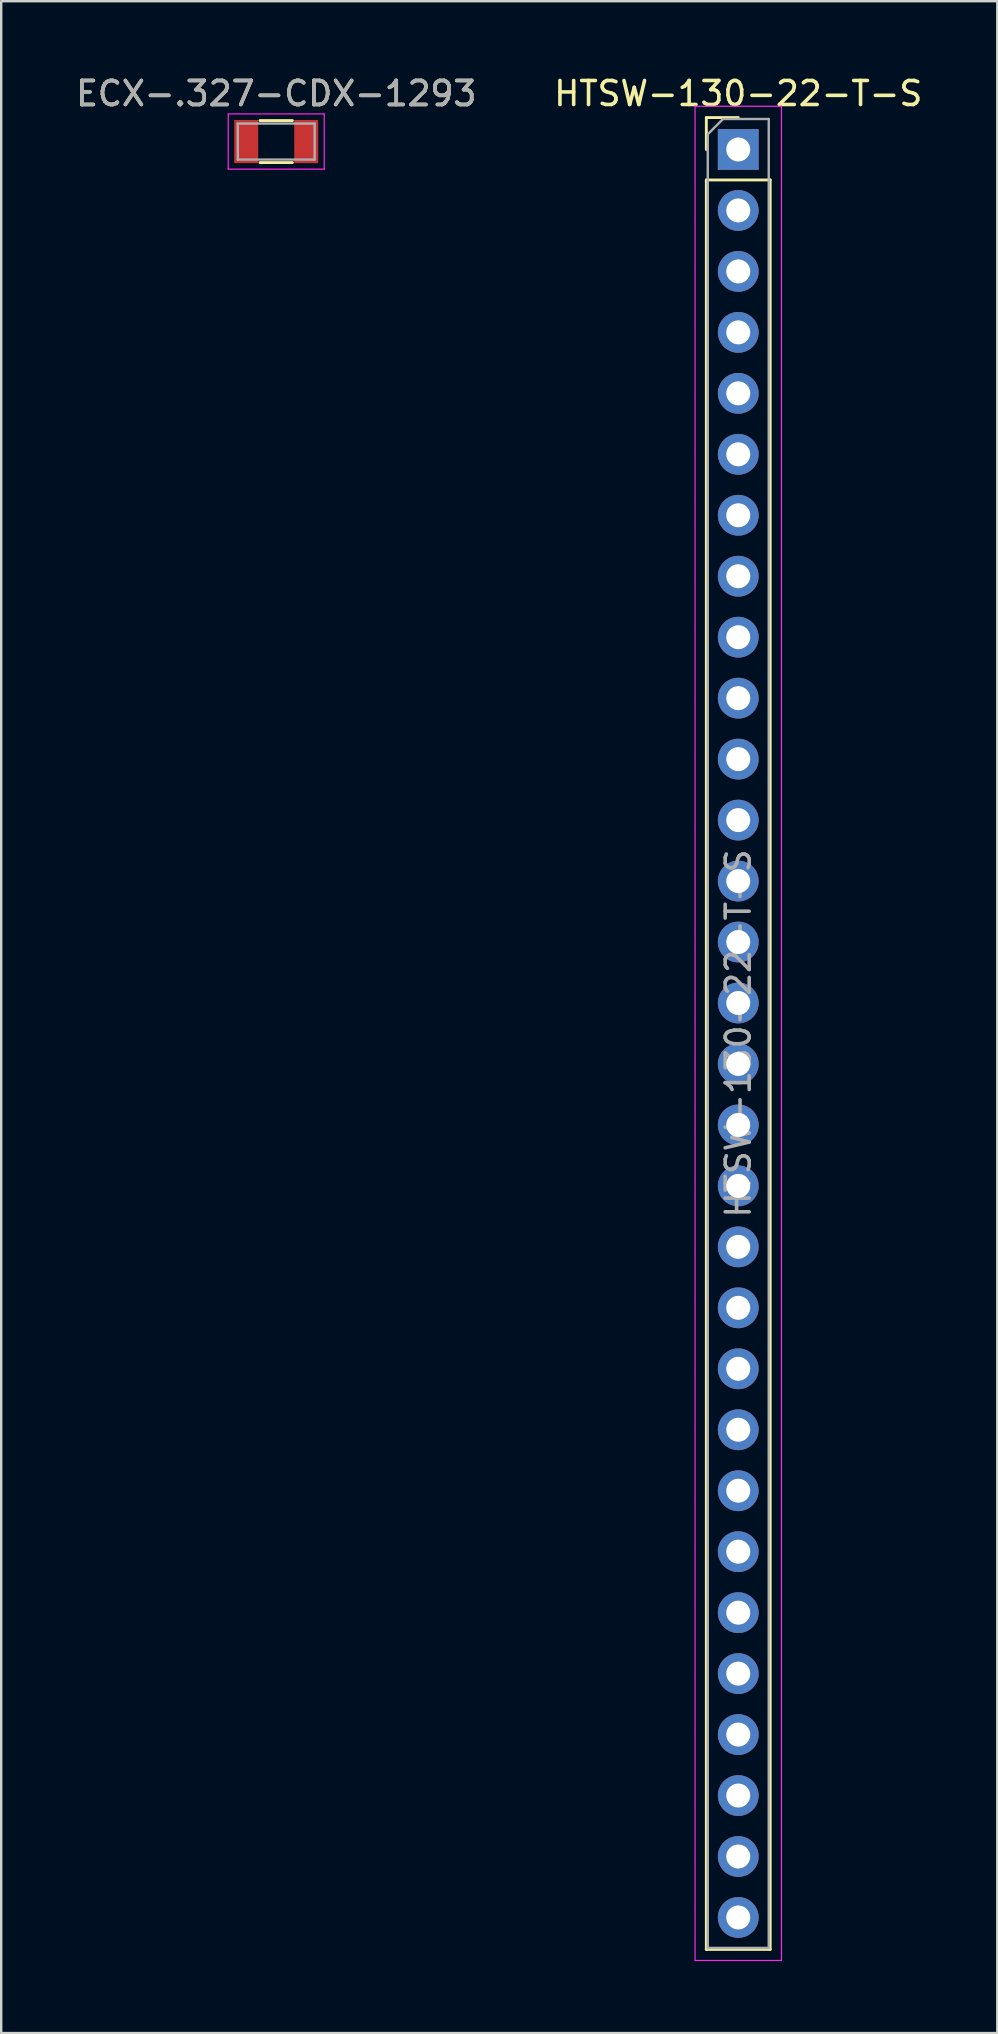
<source format=kicad_pcb>
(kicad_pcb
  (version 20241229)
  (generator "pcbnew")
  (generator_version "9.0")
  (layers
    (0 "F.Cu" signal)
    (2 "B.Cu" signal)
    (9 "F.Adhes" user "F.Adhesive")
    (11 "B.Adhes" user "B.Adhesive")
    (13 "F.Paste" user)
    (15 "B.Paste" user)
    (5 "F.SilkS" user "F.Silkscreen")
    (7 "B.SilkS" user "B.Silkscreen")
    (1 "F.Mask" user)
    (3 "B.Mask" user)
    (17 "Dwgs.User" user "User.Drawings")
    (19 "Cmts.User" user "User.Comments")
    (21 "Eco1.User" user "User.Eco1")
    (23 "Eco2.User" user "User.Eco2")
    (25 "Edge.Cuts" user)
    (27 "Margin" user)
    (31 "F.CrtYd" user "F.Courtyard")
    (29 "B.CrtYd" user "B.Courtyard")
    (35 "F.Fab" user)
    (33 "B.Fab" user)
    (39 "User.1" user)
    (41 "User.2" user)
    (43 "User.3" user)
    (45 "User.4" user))
  (footprint "HTSW-130-22-T-S"
    (layer "F.Cu")
    (at 27.708 3.178)
    (property "Reference" "HTSW-130-22-T-S" (at 0 -2.33 0) (layer "F.SilkS") (effects (font (size 1 1) (thickness 0.15))))
    (attr through_hole)
    (fp_line (start -1.33 -1.33) (end 0 -1.33) (stroke (width 0.12) (type solid)) (layer "F.SilkS"))
    (fp_line (start -1.33 0) (end -1.33 -1.33) (stroke (width 0.12) (type solid)) (layer "F.SilkS"))
    (fp_line (start -1.33 1.27) (end -1.33 74.99) (stroke (width 0.12) (type solid)) (layer "F.SilkS"))
    (fp_line (start -1.33 1.27) (end 1.33 1.27) (stroke (width 0.12) (type solid)) (layer "F.SilkS"))
    (fp_line (start -1.33 74.99) (end 1.33 74.99) (stroke (width 0.12) (type solid)) (layer "F.SilkS"))
    (fp_line (start 1.33 1.27) (end 1.33 74.99) (stroke (width 0.12) (type solid)) (layer "F.SilkS"))
    (fp_line (start -1.8 -1.8) (end -1.8 75.45) (stroke (width 0.05) (type solid)) (layer "F.CrtYd"))
    (fp_line (start -1.8 75.45) (end 1.8 75.45) (stroke (width 0.05) (type solid)) (layer "F.CrtYd"))
    (fp_line (start 1.8 -1.8) (end -1.8 -1.8) (stroke (width 0.05) (type solid)) (layer "F.CrtYd"))
    (fp_line (start 1.8 75.45) (end 1.8 -1.8) (stroke (width 0.05) (type solid)) (layer "F.CrtYd"))
    (fp_line (start -1.27 -0.635) (end -0.635 -1.27) (stroke (width 0.1) (type solid)) (layer "F.Fab"))
    (fp_line (start -1.27 74.93) (end -1.27 -0.635) (stroke (width 0.1) (type solid)) (layer "F.Fab"))
    (fp_line (start -0.635 -1.27) (end 1.27 -1.27) (stroke (width 0.1) (type solid)) (layer "F.Fab"))
    (fp_line (start 1.27 -1.27) (end 1.27 74.93) (stroke (width 0.1) (type solid)) (layer "F.Fab"))
    (fp_line (start 1.27 74.93) (end -1.27 74.93) (stroke (width 0.1) (type solid)) (layer "F.Fab"))
    (fp_text user "${REFERENCE}" (at 0 36.83 90) (layer "F.Fab") (effects (font (size 1 1) (thickness 0.15))))
    (pad "1" thru_hole rect (at 0 0) (size 1.7 1.7) (drill 1) (layers "*.Cu" "*.Mask"))
    (pad "2" thru_hole oval (at 0 2.54) (size 1.7 1.7) (drill 1) (layers "*.Cu" "*.Mask"))
    (pad "3" thru_hole oval (at 0 5.08) (size 1.7 1.7) (drill 1) (layers "*.Cu" "*.Mask"))
    (pad "4" thru_hole oval (at 0 7.62) (size 1.7 1.7) (drill 1) (layers "*.Cu" "*.Mask"))
    (pad "5" thru_hole oval (at 0 10.16) (size 1.7 1.7) (drill 1) (layers "*.Cu" "*.Mask"))
    (pad "6" thru_hole oval (at 0 12.7) (size 1.7 1.7) (drill 1) (layers "*.Cu" "*.Mask"))
    (pad "7" thru_hole oval (at 0 15.24) (size 1.7 1.7) (drill 1) (layers "*.Cu" "*.Mask"))
    (pad "8" thru_hole oval (at 0 17.78) (size 1.7 1.7) (drill 1) (layers "*.Cu" "*.Mask"))
    (pad "9" thru_hole oval (at 0 20.32) (size 1.7 1.7) (drill 1) (layers "*.Cu" "*.Mask"))
    (pad "10" thru_hole oval (at 0 22.86) (size 1.7 1.7) (drill 1) (layers "*.Cu" "*.Mask"))
    (pad "11" thru_hole oval (at 0 25.4) (size 1.7 1.7) (drill 1) (layers "*.Cu" "*.Mask"))
    (pad "12" thru_hole oval (at 0 27.94) (size 1.7 1.7) (drill 1) (layers "*.Cu" "*.Mask"))
    (pad "13" thru_hole oval (at 0 30.48) (size 1.7 1.7) (drill 1) (layers "*.Cu" "*.Mask"))
    (pad "14" thru_hole oval (at 0 33.02) (size 1.7 1.7) (drill 1) (layers "*.Cu" "*.Mask"))
    (pad "15" thru_hole oval (at 0 35.56) (size 1.7 1.7) (drill 1) (layers "*.Cu" "*.Mask"))
    (pad "16" thru_hole oval (at 0 38.1) (size 1.7 1.7) (drill 1) (layers "*.Cu" "*.Mask"))
    (pad "17" thru_hole oval (at 0 40.64) (size 1.7 1.7) (drill 1) (layers "*.Cu" "*.Mask"))
    (pad "18" thru_hole oval (at 0 43.18) (size 1.7 1.7) (drill 1) (layers "*.Cu" "*.Mask"))
    (pad "19" thru_hole oval (at 0 45.72) (size 1.7 1.7) (drill 1) (layers "*.Cu" "*.Mask"))
    (pad "20" thru_hole oval (at 0 48.26) (size 1.7 1.7) (drill 1) (layers "*.Cu" "*.Mask"))
    (pad "21" thru_hole oval (at 0 50.8) (size 1.7 1.7) (drill 1) (layers "*.Cu" "*.Mask"))
    (pad "22" thru_hole oval (at 0 53.34) (size 1.7 1.7) (drill 1) (layers "*.Cu" "*.Mask"))
    (pad "23" thru_hole oval (at 0 55.88) (size 1.7 1.7) (drill 1) (layers "*.Cu" "*.Mask"))
    (pad "24" thru_hole oval (at 0 58.42) (size 1.7 1.7) (drill 1) (layers "*.Cu" "*.Mask"))
    (pad "25" thru_hole oval (at 0 60.96) (size 1.7 1.7) (drill 1) (layers "*.Cu" "*.Mask"))
    (pad "26" thru_hole oval (at 0 63.5) (size 1.7 1.7) (drill 1) (layers "*.Cu" "*.Mask"))
    (pad "27" thru_hole oval (at 0 66.04) (size 1.7 1.7) (drill 1) (layers "*.Cu" "*.Mask"))
    (pad "28" thru_hole oval (at 0 68.58) (size 1.7 1.7) (drill 1) (layers "*.Cu" "*.Mask"))
    (pad "29" thru_hole oval (at 0 71.12) (size 1.7 1.7) (drill 1) (layers "*.Cu" "*.Mask"))
    (pad "30" thru_hole oval (at 0 73.66) (size 1.7 1.7) (drill 1) (layers "*.Cu" "*.Mask")))
  (footprint "ECX-.327-CDX-1293"
    (layer "F.Cu")
    (at 8.458 2.848)
    (property "Reference" "ECX-.327-CDX-1293" (at 0 -2 0) (layer "F.SilkS") (effects (font (size 1 1) (thickness 0.15))))
    (attr smd)
    (fp_line (start -0.675 -0.875) (end 0.675 -0.875) (stroke (width 0.12) (type solid)) (layer "F.SilkS"))
    (fp_line (start -0.675 0.875) (end 0.675 0.875) (stroke (width 0.12) (type solid)) (layer "F.SilkS"))
    (fp_line (start -2 -1.15) (end -2 1.15) (stroke (width 0.05) (type solid)) (layer "F.CrtYd"))
    (fp_line (start -2 -1.15) (end 2 -1.15) (stroke (width 0.05) (type solid)) (layer "F.CrtYd"))
    (fp_line (start -2 1.15) (end 2 1.15) (stroke (width 0.05) (type solid)) (layer "F.CrtYd"))
    (fp_line (start 2 -1.15) (end 2 1.15) (stroke (width 0.05) (type solid)) (layer "F.CrtYd"))
    (fp_line (start -1.6 -0.75) (end -1.6 0.75) (stroke (width 0.1) (type solid)) (layer "F.Fab"))
    (fp_line (start -1.6 -0.75) (end 1.6 -0.75) (stroke (width 0.1) (type solid)) (layer "F.Fab"))
    (fp_line (start -1.6 0.75) (end 1.6 0.75) (stroke (width 0.1) (type solid)) (layer "F.Fab"))
    (fp_line (start 1.6 -0.75) (end 1.6 0.75) (stroke (width 0.1) (type solid)) (layer "F.Fab"))
    (fp_text user "${REFERENCE}" (at 0 -2 0) (layer "F.Fab") (effects (font (size 1 1) (thickness 0.15))))
    (pad "1" smd rect (at 1.25 0) (size 1 1.8) (layers "F.Cu" "F.Mask" "F.Paste"))
    (pad "2" smd rect (at -1.25 0) (size 1 1.8) (layers "F.Cu" "F.Mask" "F.Paste")))
  (gr_rect
    (start -3 -3)
    (end 38.5 81.653)
    (stroke (width 0.1) (type default))
    (fill no)
    (layer "Edge.Cuts")))
</source>
